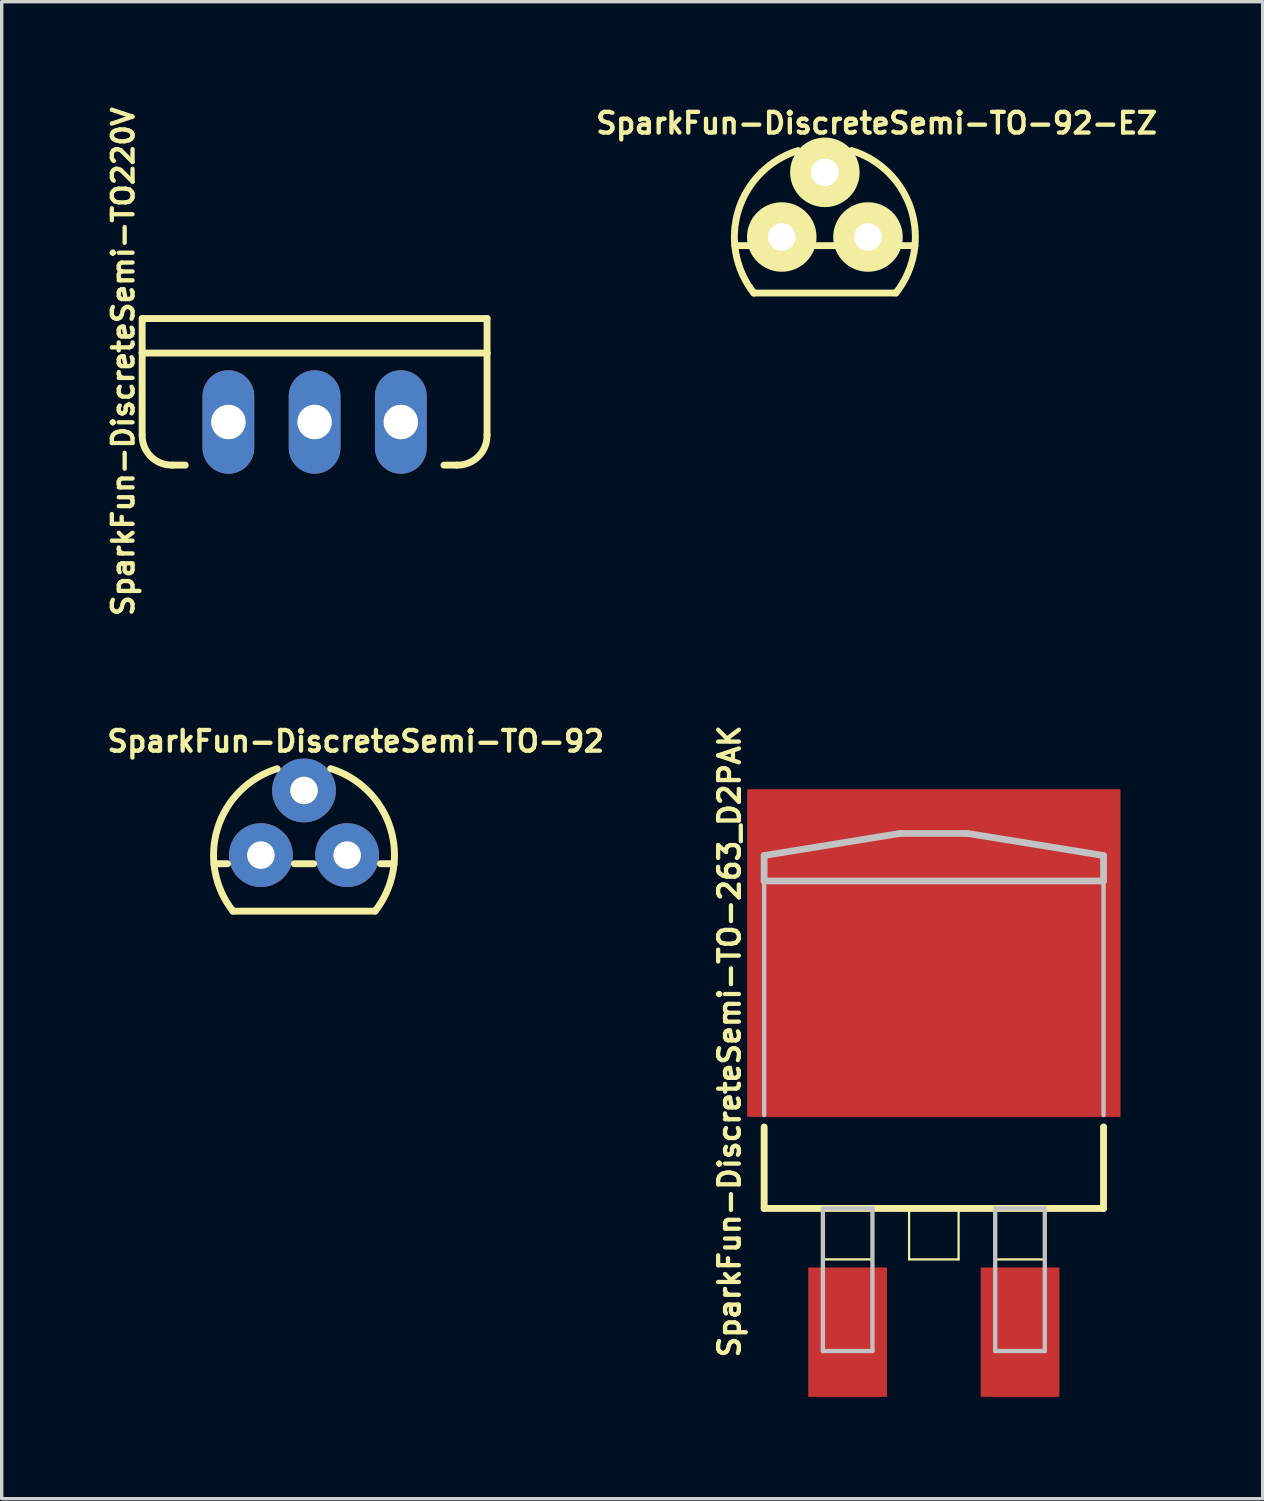
<source format=kicad_pcb>
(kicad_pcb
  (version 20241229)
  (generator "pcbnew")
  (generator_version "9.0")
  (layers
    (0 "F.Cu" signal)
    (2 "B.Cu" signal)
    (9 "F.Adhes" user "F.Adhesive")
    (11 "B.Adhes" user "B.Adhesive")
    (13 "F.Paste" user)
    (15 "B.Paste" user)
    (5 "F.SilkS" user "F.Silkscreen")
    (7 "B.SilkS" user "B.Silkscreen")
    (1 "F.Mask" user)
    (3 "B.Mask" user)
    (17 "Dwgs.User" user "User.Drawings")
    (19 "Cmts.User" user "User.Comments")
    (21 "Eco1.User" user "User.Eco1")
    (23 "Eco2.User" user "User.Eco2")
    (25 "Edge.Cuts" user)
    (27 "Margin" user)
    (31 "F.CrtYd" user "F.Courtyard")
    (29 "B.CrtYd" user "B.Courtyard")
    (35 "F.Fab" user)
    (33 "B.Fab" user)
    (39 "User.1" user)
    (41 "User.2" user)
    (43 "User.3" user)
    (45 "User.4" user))
  (footprint "SparkFun-DiscreteSemi-TO-263_D2PAK"
    (layer "F.Cu")
    (at 24.46 29.151)
    (property "Reference" "SparkFun-DiscreteSemi-TO-263_D2PAK" (at -6.02 -1.524 90) (layer "F.SilkS") (effects (font (size 0.61 0.61) (thickness 0.127))))
    (attr smd)
    (fp_line (start -4.999 3.399) (end -4.999 0.998) (stroke (width 0.203) (type solid)) (layer "F.SilkS"))
    (fp_line (start -3.269 3.399) (end -1.808 3.399) (stroke (width 0.066) (type solid)) (layer "F.SilkS"))
    (fp_line (start -3.269 4.9) (end -3.269 3.399) (stroke (width 0.066) (type solid)) (layer "F.SilkS"))
    (fp_line (start -3.269 4.9) (end -1.808 4.9) (stroke (width 0.066) (type solid)) (layer "F.SilkS"))
    (fp_line (start -1.808 4.9) (end -1.808 3.399) (stroke (width 0.066) (type solid)) (layer "F.SilkS"))
    (fp_line (start -0.729 3.399) (end 0.729 3.399) (stroke (width 0.066) (type solid)) (layer "F.SilkS"))
    (fp_line (start -0.729 4.9) (end -0.729 3.399) (stroke (width 0.066) (type solid)) (layer "F.SilkS"))
    (fp_line (start -0.729 4.9) (end 0.729 4.9) (stroke (width 0.066) (type solid)) (layer "F.SilkS"))
    (fp_line (start 0.729 4.9) (end 0.729 3.399) (stroke (width 0.066) (type solid)) (layer "F.SilkS"))
    (fp_line (start 1.808 3.399) (end 3.269 3.399) (stroke (width 0.066) (type solid)) (layer "F.SilkS"))
    (fp_line (start 1.808 4.9) (end 1.808 3.399) (stroke (width 0.066) (type solid)) (layer "F.SilkS"))
    (fp_line (start 1.808 4.9) (end 3.269 4.9) (stroke (width 0.066) (type solid)) (layer "F.SilkS"))
    (fp_line (start 3.269 4.9) (end 3.269 3.399) (stroke (width 0.066) (type solid)) (layer "F.SilkS"))
    (fp_line (start 4.999 0.998) (end 4.999 3.399) (stroke (width 0.203) (type solid)) (layer "F.SilkS"))
    (fp_line (start 4.999 3.399) (end -4.999 3.399) (stroke (width 0.203) (type solid)) (layer "F.SilkS"))
    (fp_line (start -4.999 -6.998) (end -0.998 -7.648) (stroke (width 0.198) (type solid)) (layer "Dwgs.User"))
    (fp_line (start -4.999 -6.248) (end -4.999 -6.998) (stroke (width 0.198) (type solid)) (layer "Dwgs.User"))
    (fp_line (start -4.999 -6.248) (end -4.999 0.648) (stroke (width 0.127) (type solid)) (layer "Dwgs.User"))
    (fp_line (start -3.269 3.399) (end -1.808 3.399) (stroke (width 0.066) (type solid)) (layer "Dwgs.User"))
    (fp_line (start -3.269 3.399) (end -1.808 3.399) (stroke (width 0.127) (type solid)) (layer "Dwgs.User"))
    (fp_line (start -3.269 7.6) (end -3.269 3.399) (stroke (width 0.066) (type solid)) (layer "Dwgs.User"))
    (fp_line (start -3.269 7.6) (end -3.269 3.399) (stroke (width 0.127) (type solid)) (layer "Dwgs.User"))
    (fp_line (start -3.269 7.6) (end -1.808 7.6) (stroke (width 0.066) (type solid)) (layer "Dwgs.User"))
    (fp_line (start -1.808 3.399) (end -1.808 7.6) (stroke (width 0.127) (type solid)) (layer "Dwgs.User"))
    (fp_line (start -1.808 7.6) (end -3.269 7.6) (stroke (width 0.127) (type solid)) (layer "Dwgs.User"))
    (fp_line (start -1.808 7.6) (end -1.808 3.399) (stroke (width 0.066) (type solid)) (layer "Dwgs.User"))
    (fp_line (start -0.998 -7.648) (end 0.998 -7.648) (stroke (width 0.198) (type solid)) (layer "Dwgs.User"))
    (fp_line (start 0.998 -7.648) (end 4.999 -6.998) (stroke (width 0.198) (type solid)) (layer "Dwgs.User"))
    (fp_line (start 1.808 3.399) (end 1.808 7.6) (stroke (width 0.127) (type solid)) (layer "Dwgs.User"))
    (fp_line (start 1.808 3.399) (end 3.269 3.399) (stroke (width 0.066) (type solid)) (layer "Dwgs.User"))
    (fp_line (start 1.808 7.6) (end 1.808 3.399) (stroke (width 0.066) (type solid)) (layer "Dwgs.User"))
    (fp_line (start 1.808 7.6) (end 3.269 7.6) (stroke (width 0.066) (type solid)) (layer "Dwgs.User"))
    (fp_line (start 1.808 7.6) (end 3.269 7.6) (stroke (width 0.127) (type solid)) (layer "Dwgs.User"))
    (fp_line (start 3.269 3.399) (end 1.808 3.399) (stroke (width 0.127) (type solid)) (layer "Dwgs.User"))
    (fp_line (start 3.269 7.6) (end 3.269 3.399) (stroke (width 0.066) (type solid)) (layer "Dwgs.User"))
    (fp_line (start 3.269 7.6) (end 3.269 3.399) (stroke (width 0.127) (type solid)) (layer "Dwgs.User"))
    (fp_line (start 4.999 -6.998) (end 4.999 -6.248) (stroke (width 0.198) (type solid)) (layer "Dwgs.User"))
    (fp_line (start 4.999 -6.248) (end -4.999 -6.248) (stroke (width 0.198) (type solid)) (layer "Dwgs.User"))
    (fp_line (start 4.999 0.648) (end 4.999 -6.248) (stroke (width 0.127) (type solid)) (layer "Dwgs.User"))
    (pad "1" smd rect (at -2.54 7.043) (size 2.319 3.81) (layers "F.Cu" "F.Mask" "F.Paste"))
    (pad "2" smd rect (at 0 -4.125) (size 10.998 9.649) (layers "F.Cu" "F.Mask" "F.Paste"))
    (pad "3" smd rect (at 2.54 7.043) (size 2.319 3.81) (layers "F.Cu" "F.Mask" "F.Paste")))
  (footprint "SparkFun-DiscreteSemi-TO-92"
    (layer "F.Cu")
    (at 5.906 22.141)
    (property "Reference" "SparkFun-DiscreteSemi-TO-92" (at 1.524 -3.353 0) (layer "F.SilkS") (effects (font (size 0.61 0.61) (thickness 0.127))))
    (attr exclude_from_pos_files exclude_from_bom)
    (fp_line (start -2.654 0.254) (end -2.253 0.254) (stroke (width 0.203) (type solid)) (layer "F.SilkS"))
    (fp_line (start -2.093 1.651) (end 2.093 1.651) (stroke (width 0.203) (type solid)) (layer "F.SilkS"))
    (fp_line (start -0.284 0.254) (end 0.284 0.254) (stroke (width 0.203) (type solid)) (layer "F.SilkS"))
    (fp_line (start 2.253 0.254) (end 2.654 0.254) (stroke (width 0.203) (type solid)) (layer "F.SilkS"))
    (fp_arc (start -2.09296 1.651) (mid -2.546098 -0.789726) (end -0.791292 -2.545612) (stroke (width 0.2032) (type solid)) (layer "F.SilkS"))
    (fp_arc (start 0.78486 -2.54762) (mid 2.54411 -0.796164) (end 2.097139 1.645715) (stroke (width 0.2032) (type solid)) (layer "F.SilkS"))
    (pad "1" thru_hole circle (at -1.27 0) (size 1.88 1.88) (drill 0.813) (layers "*.Cu" "*.Paste" "*.Mask"))
    (pad "2" thru_hole circle (at 0 -1.905) (size 1.88 1.88) (drill 0.813) (layers "*.Cu" "*.Paste" "*.Mask"))
    (pad "3" thru_hole circle (at 1.27 0) (size 1.88 1.88) (drill 0.813) (layers "*.Cu" "*.Paste" "*.Mask")))
  (footprint "SparkFun-DiscreteSemi-TO-92-EZ"
    (layer "F.Cu")
    (at 21.25 3.932)
    (property "Reference" "SparkFun-DiscreteSemi-TO-92-EZ" (at 1.524 -3.353 0) (layer "F.SilkS") (effects (font (size 0.61 0.61) (thickness 0.127))))
    (attr exclude_from_pos_files exclude_from_bom)
    (fp_line (start -2.654 0.254) (end -2.253 0.254) (stroke (width 0.203) (type solid)) (layer "F.SilkS"))
    (fp_line (start -2.093 1.651) (end 2.093 1.651) (stroke (width 0.203) (type solid)) (layer "F.SilkS"))
    (fp_line (start -0.284 0.254) (end 0.284 0.254) (stroke (width 0.203) (type solid)) (layer "F.SilkS"))
    (fp_line (start 2.253 0.254) (end 2.654 0.254) (stroke (width 0.203) (type solid)) (layer "F.SilkS"))
    (fp_arc (start -2.09296 1.651) (mid -2.546098 -0.789726) (end -0.791292 -2.545612) (stroke (width 0.2032) (type solid)) (layer "F.SilkS"))
    (fp_arc (start 0.78486 -2.54762) (mid 2.54411 -0.796164) (end 2.097139 1.645715) (stroke (width 0.2032) (type solid)) (layer "F.SilkS"))
    (fp_circle (center -1.27 0) (end -1.27 -1.024) (stroke (width 0) (type solid)) (fill yes) (layer "F.SilkS"))
    (fp_circle (center -1.27 0) (end -1.27 -0.508) (stroke (width 0) (type solid)) (fill yes) (layer "F.SilkS"))
    (fp_circle (center 0 -1.905) (end 0 -2.929) (stroke (width 0) (type solid)) (fill yes) (layer "F.SilkS"))
    (fp_circle (center 0 -1.905) (end 0 -2.413) (stroke (width 0) (type solid)) (fill yes) (layer "F.SilkS"))
    (fp_circle (center 1.27 0) (end 1.27 -1.024) (stroke (width 0) (type solid)) (fill yes) (layer "F.SilkS"))
    (fp_circle (center 1.27 0) (end 1.27 -0.508) (stroke (width 0) (type solid)) (fill yes) (layer "F.SilkS"))
    (pad "1" thru_hole circle (at -1.27 0) (size 1.88 1.88) (drill 0.813) (layers "*.Cu" "*.Paste" "*.Mask"))
    (pad "2" thru_hole circle (at 0 -1.905) (size 1.88 1.88) (drill 0.813) (layers "*.Cu" "*.Paste" "*.Mask"))
    (pad "3" thru_hole circle (at 1.27 0) (size 1.88 1.88) (drill 0.813) (layers "*.Cu" "*.Paste" "*.Mask")))
  (footprint "SparkFun-DiscreteSemi-TO220V"
    (layer "F.Cu")
    (at 6.218 9.382)
    (property "Reference" "SparkFun-DiscreteSemi-TO220V" (at -5.639 -1.778 90) (layer "F.SilkS") (effects (font (size 0.61 0.61) (thickness 0.127))))
    (attr exclude_from_pos_files exclude_from_bom)
    (fp_line (start -5.08 -3.048) (end 5.08 -3.048) (stroke (width 0.066) (type solid)) (layer "F.SilkS"))
    (fp_line (start -5.08 -3.048) (end 5.08 -3.048) (stroke (width 0.203) (type solid)) (layer "F.SilkS"))
    (fp_line (start -5.08 -2.032) (end -5.08 -3.048) (stroke (width 0.066) (type solid)) (layer "F.SilkS"))
    (fp_line (start -5.08 -2.032) (end -5.08 -3.048) (stroke (width 0.203) (type solid)) (layer "F.SilkS"))
    (fp_line (start -5.08 -2.032) (end -5.08 0.381) (stroke (width 0.203) (type solid)) (layer "F.SilkS"))
    (fp_line (start -5.08 -2.032) (end 5.08 -2.032) (stroke (width 0.066) (type solid)) (layer "F.SilkS"))
    (fp_line (start -4.191 1.27) (end -3.81 1.27) (stroke (width 0.203) (type solid)) (layer "F.SilkS"))
    (fp_line (start 4.191 1.27) (end 3.81 1.27) (stroke (width 0.203) (type solid)) (layer "F.SilkS"))
    (fp_line (start 5.08 -3.048) (end 5.08 -2.032) (stroke (width 0.203) (type solid)) (layer "F.SilkS"))
    (fp_line (start 5.08 -2.032) (end -5.08 -2.032) (stroke (width 0.203) (type solid)) (layer "F.SilkS"))
    (fp_line (start 5.08 -2.032) (end 5.08 -3.048) (stroke (width 0.066) (type solid)) (layer "F.SilkS"))
    (fp_line (start 5.08 -2.032) (end 5.08 0.381) (stroke (width 0.203) (type solid)) (layer "F.SilkS"))
    (fp_arc (start -4.191 1.27) (mid -4.825845 1.01563) (end -5.079993 0.380697) (stroke (width 0.2032) (type solid)) (layer "F.SilkS"))
    (fp_arc (start 5.08 0.381) (mid 4.82563 1.015845) (end 4.190697 1.269993) (stroke (width 0.2032) (type solid)) (layer "F.SilkS"))
    (pad "1" thru_hole oval (at -2.54 0 180) (size 1.524 3.048) (drill 1.016) (layers "*.Cu" "*.Paste" "*.Mask"))
    (pad "2" thru_hole oval (at 0 0 180) (size 1.524 3.048) (drill 1.016) (layers "*.Cu" "*.Paste" "*.Mask"))
    (pad "3" thru_hole oval (at 2.54 0 180) (size 1.524 3.048) (drill 1.016) (layers "*.Cu" "*.Paste" "*.Mask")))
  (gr_rect
    (start -3 -3)
    (end 34.147 41.1)
    (stroke (width 0.1) (type default))
    (fill no)
    (layer "Edge.Cuts")))
</source>
